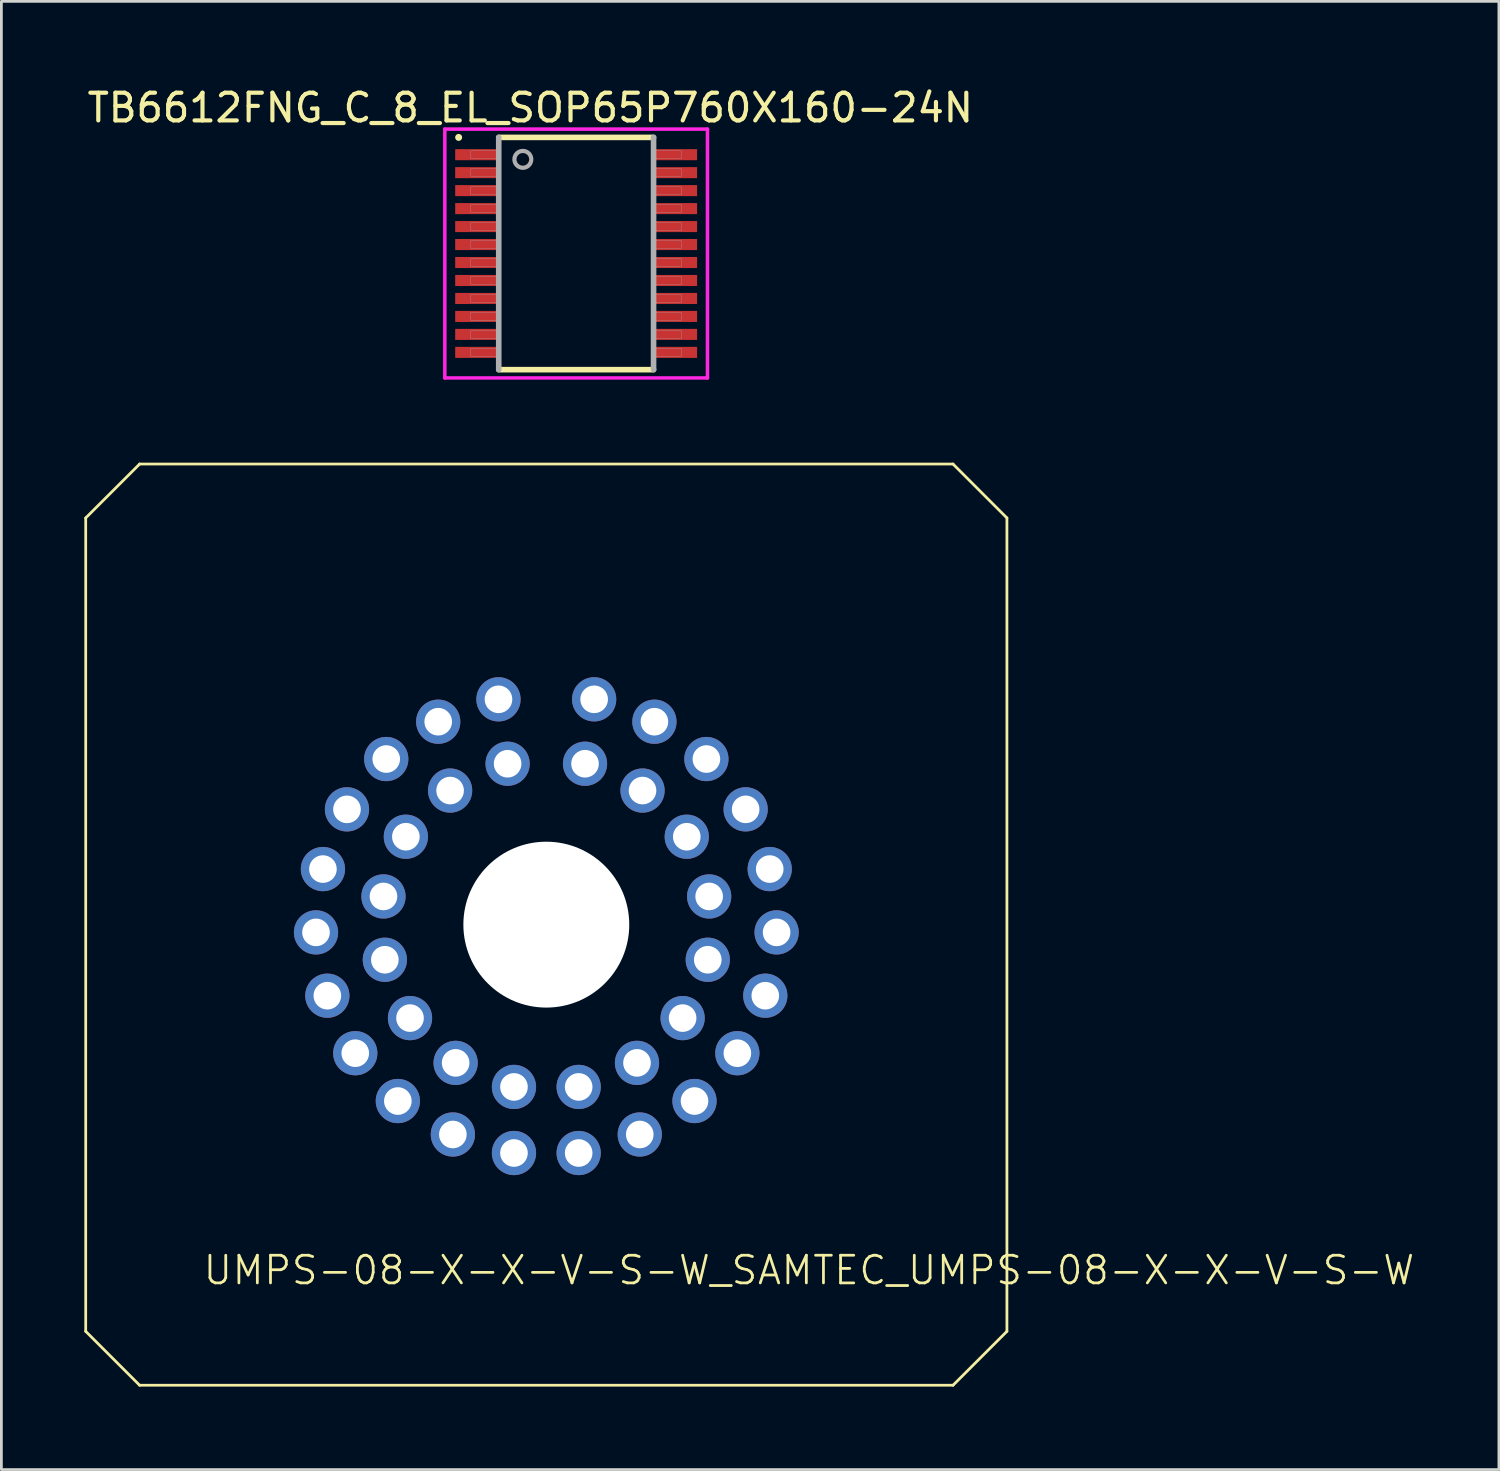
<source format=kicad_pcb>
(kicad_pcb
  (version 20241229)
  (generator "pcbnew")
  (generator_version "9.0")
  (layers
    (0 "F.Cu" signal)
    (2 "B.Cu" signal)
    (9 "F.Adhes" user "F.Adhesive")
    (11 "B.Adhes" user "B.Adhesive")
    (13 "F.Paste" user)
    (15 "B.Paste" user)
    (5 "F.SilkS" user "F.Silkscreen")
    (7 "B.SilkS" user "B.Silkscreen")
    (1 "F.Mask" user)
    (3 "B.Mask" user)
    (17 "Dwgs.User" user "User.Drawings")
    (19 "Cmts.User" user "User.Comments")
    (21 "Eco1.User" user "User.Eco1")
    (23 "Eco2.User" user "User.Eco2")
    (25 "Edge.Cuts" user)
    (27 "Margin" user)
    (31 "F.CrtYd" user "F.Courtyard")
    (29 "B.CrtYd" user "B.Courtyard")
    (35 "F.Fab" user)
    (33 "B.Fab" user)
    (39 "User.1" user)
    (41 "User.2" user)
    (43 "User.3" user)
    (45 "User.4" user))
  (footprint "TB6612FNG_C_8_EL_SOP65P760X160-24N"
    (layer "F.Cu")
    (at 17.789 6.12)
    (property "Reference" "TB6612FNG_C_8_EL_SOP65P760X160-24N" (at -1.658 -5.271 0) (layer "F.SilkS") (effects (font (size 1.002 1.002) (thickness 0.15))))
    (attr smd)
    (fp_line (start -2.8 4.2) (end 2.8 4.2) (stroke (width 0.203) (type solid)) (layer "F.SilkS"))
    (fp_line (start 2.8 -4.2) (end -2.8 -4.2) (stroke (width 0.203) (type solid)) (layer "F.SilkS"))
    (fp_circle (center -4.25 -4.2) (end -4.123 -4.2) (stroke (width 0) (type solid)) (fill yes) (layer "F.SilkS"))
    (fp_line (start -4.75 -4.5) (end 4.75 -4.5) (stroke (width 0.127) (type solid)) (layer "F.CrtYd"))
    (fp_line (start -4.75 4.5) (end -4.75 -4.5) (stroke (width 0.127) (type solid)) (layer "F.CrtYd"))
    (fp_line (start 4.75 -4.5) (end 4.75 4.5) (stroke (width 0.127) (type solid)) (layer "F.CrtYd"))
    (fp_line (start 4.75 4.5) (end -4.75 4.5) (stroke (width 0.127) (type solid)) (layer "F.CrtYd"))
    (fp_line (start -2.8 -4.2) (end -2.8 4.2) (stroke (width 0.203) (type solid)) (layer "F.Fab"))
    (fp_line (start 2.8 4.2) (end 2.8 -4.2) (stroke (width 0.203) (type solid)) (layer "F.Fab"))
    (fp_circle (center -1.928 -3.406) (end -1.623 -3.406) (stroke (width 0.152) (type solid)) (fill no) (layer "F.Fab"))
    (fp_poly (pts (xy -3.812 -2.425) (xy -2.8 -2.425) (xy -2.8 -2.132) (xy -3.812 -2.132)) (stroke (width 0.01) (type solid)) (fill no) (layer "F.Fab"))
    (fp_poly (pts (xy -3.812 0.175) (xy -2.8 0.175) (xy -2.8 0.476) (xy -3.812 0.476)) (stroke (width 0.01) (type solid)) (fill no) (layer "F.Fab"))
    (fp_poly (pts (xy -3.811 -3.725) (xy -2.8 -3.725) (xy -2.8 -3.435) (xy -3.811 -3.435)) (stroke (width 0.01) (type solid)) (fill no) (layer "F.Fab"))
    (fp_poly (pts (xy -3.81 1.475) (xy -2.8 1.475) (xy -2.8 1.78) (xy -3.81 1.78)) (stroke (width 0.01) (type solid)) (fill no) (layer "F.Fab"))
    (fp_poly (pts (xy -3.81 2.125) (xy -2.8 2.125) (xy -2.8 2.432) (xy -3.81 2.432)) (stroke (width 0.01) (type solid)) (fill no) (layer "F.Fab"))
    (fp_poly (pts (xy -3.808 -1.125) (xy -2.8 -1.125) (xy -2.8 -0.827) (xy -3.808 -0.827)) (stroke (width 0.01) (type solid)) (fill no) (layer "F.Fab"))
    (fp_poly (pts (xy -3.808 2.775) (xy -2.8 2.775) (xy -2.8 3.081) (xy -3.808 3.081)) (stroke (width 0.01) (type solid)) (fill no) (layer "F.Fab"))
    (fp_poly (pts (xy -3.808 3.425) (xy -2.8 3.425) (xy -2.8 3.733) (xy -3.808 3.733)) (stroke (width 0.01) (type solid)) (fill no) (layer "F.Fab"))
    (fp_poly (pts (xy -3.808 0.825) (xy -2.8 0.825) (xy -2.8 1.127) (xy -3.808 1.127)) (stroke (width 0.01) (type solid)) (fill no) (layer "F.Fab"))
    (fp_poly (pts (xy -3.807 -1.775) (xy -2.8 -1.775) (xy -2.8 -1.478) (xy -3.807 -1.478)) (stroke (width 0.01) (type solid)) (fill no) (layer "F.Fab"))
    (fp_poly (pts (xy -3.807 -0.475) (xy -2.8 -0.475) (xy -2.8 -0.175) (xy -3.807 -0.175)) (stroke (width 0.01) (type solid)) (fill no) (layer "F.Fab"))
    (fp_poly (pts (xy -3.807 -3.075) (xy -2.8 -3.075) (xy -2.8 -2.78) (xy -3.807 -2.78)) (stroke (width 0.01) (type solid)) (fill no) (layer "F.Fab"))
    (fp_poly (pts (xy 2.804 2.125) (xy 3.8 2.125) (xy 3.8 2.428) (xy 2.804 2.428)) (stroke (width 0.01) (type solid)) (fill no) (layer "F.Fab"))
    (fp_poly (pts (xy 2.805 -1.775) (xy 3.8 -1.775) (xy 3.8 -1.478) (xy 2.805 -1.478)) (stroke (width 0.01) (type solid)) (fill no) (layer "F.Fab"))
    (fp_poly (pts (xy 3.8 -3.431) (xy 2.805 -3.431) (xy 2.805 -3.725) (xy 3.8 -3.725)) (stroke (width 0.01) (type solid)) (fill no) (layer "F.Fab"))
    (fp_poly (pts (xy 3.8 -2.781) (xy 2.806 -2.781) (xy 2.806 -3.075) (xy 3.8 -3.075)) (stroke (width 0.01) (type solid)) (fill no) (layer "F.Fab"))
    (fp_poly (pts (xy 3.8 -2.126) (xy 2.802 -2.126) (xy 2.802 -2.425) (xy 3.8 -2.425)) (stroke (width 0.01) (type solid)) (fill no) (layer "F.Fab"))
    (fp_poly (pts (xy 3.8 -0.827) (xy 2.807 -0.827) (xy 2.807 -1.125) (xy 3.8 -1.125)) (stroke (width 0.01) (type solid)) (fill no) (layer "F.Fab"))
    (fp_poly (pts (xy 3.8 -0.175) (xy 2.807 -0.175) (xy 2.807 -0.475) (xy 3.8 -0.475)) (stroke (width 0.01) (type solid)) (fill no) (layer "F.Fab"))
    (fp_poly (pts (xy 3.8 0.476) (xy 2.806 0.476) (xy 2.806 0.175) (xy 3.8 0.175)) (stroke (width 0.01) (type solid)) (fill no) (layer "F.Fab"))
    (fp_poly (pts (xy 3.8 1.128) (xy 2.808 1.128) (xy 2.808 0.825) (xy 3.8 0.825)) (stroke (width 0.01) (type solid)) (fill no) (layer "F.Fab"))
    (fp_poly (pts (xy 3.8 1.777) (xy 2.803 1.777) (xy 2.803 1.475) (xy 3.8 1.475)) (stroke (width 0.01) (type solid)) (fill no) (layer "F.Fab"))
    (fp_poly (pts (xy 3.8 3.084) (xy 2.808 3.084) (xy 2.808 2.775) (xy 3.8 2.775)) (stroke (width 0.01) (type solid)) (fill no) (layer "F.Fab"))
    (fp_poly (pts (xy 3.8 3.731) (xy 2.805 3.731) (xy 2.805 3.425) (xy 3.8 3.425)) (stroke (width 0.01) (type solid)) (fill no) (layer "F.Fab"))
    (pad "1" smd rect (at -3.625 -3.575) (size 1.5 0.4) (layers "F.Cu" "F.Mask" "F.Paste"))
    (pad "2" smd rect (at -3.625 -2.925) (size 1.5 0.4) (layers "F.Cu" "F.Mask" "F.Paste"))
    (pad "3" smd rect (at -3.625 -2.275) (size 1.5 0.4) (layers "F.Cu" "F.Mask" "F.Paste"))
    (pad "4" smd rect (at -3.625 -1.625) (size 1.5 0.4) (layers "F.Cu" "F.Mask" "F.Paste"))
    (pad "5" smd rect (at -3.625 -0.975) (size 1.5 0.4) (layers "F.Cu" "F.Mask" "F.Paste"))
    (pad "6" smd rect (at -3.625 -0.325) (size 1.5 0.4) (layers "F.Cu" "F.Mask" "F.Paste"))
    (pad "7" smd rect (at -3.625 0.325) (size 1.5 0.4) (layers "F.Cu" "F.Mask" "F.Paste"))
    (pad "8" smd rect (at -3.625 0.975) (size 1.5 0.4) (layers "F.Cu" "F.Mask" "F.Paste"))
    (pad "9" smd rect (at -3.625 1.625) (size 1.5 0.4) (layers "F.Cu" "F.Mask" "F.Paste"))
    (pad "10" smd rect (at -3.625 2.275) (size 1.5 0.4) (layers "F.Cu" "F.Mask" "F.Paste"))
    (pad "11" smd rect (at -3.625 2.925) (size 1.5 0.4) (layers "F.Cu" "F.Mask" "F.Paste"))
    (pad "12" smd rect (at -3.625 3.575) (size 1.5 0.4) (layers "F.Cu" "F.Mask" "F.Paste"))
    (pad "13" smd rect (at 3.625 3.575) (size 1.5 0.4) (layers "F.Cu" "F.Mask" "F.Paste"))
    (pad "14" smd rect (at 3.625 2.925) (size 1.5 0.4) (layers "F.Cu" "F.Mask" "F.Paste"))
    (pad "15" smd rect (at 3.625 2.275) (size 1.5 0.4) (layers "F.Cu" "F.Mask" "F.Paste"))
    (pad "16" smd rect (at 3.625 1.625) (size 1.5 0.4) (layers "F.Cu" "F.Mask" "F.Paste"))
    (pad "17" smd rect (at 3.625 0.975) (size 1.5 0.4) (layers "F.Cu" "F.Mask" "F.Paste"))
    (pad "18" smd rect (at 3.625 0.325) (size 1.5 0.4) (layers "F.Cu" "F.Mask" "F.Paste"))
    (pad "19" smd rect (at 3.625 -0.325) (size 1.5 0.4) (layers "F.Cu" "F.Mask" "F.Paste"))
    (pad "20" smd rect (at 3.625 -0.975) (size 1.5 0.4) (layers "F.Cu" "F.Mask" "F.Paste"))
    (pad "21" smd rect (at 3.625 -1.625) (size 1.5 0.4) (layers "F.Cu" "F.Mask" "F.Paste"))
    (pad "22" smd rect (at 3.625 -2.275) (size 1.5 0.4) (layers "F.Cu" "F.Mask" "F.Paste"))
    (pad "23" smd rect (at 3.625 -2.925) (size 1.5 0.4) (layers "F.Cu" "F.Mask" "F.Paste"))
    (pad "24" smd rect (at 3.625 -3.575) (size 1.5 0.4) (layers "F.Cu" "F.Mask" "F.Paste")))
  (footprint "UMPS-08-X-X-V-S-W_SAMTEC_UMPS-08-X-X-V-S-W"
    (layer "F.Cu")
    (at 16.71 30.394)
    (property "Reference" "UMPS-08-X-X-V-S-W_SAMTEC_UMPS-08-X-X-V-S-W" (at 9.5 12.5 0) (unlocked yes) (layer "F.SilkS") (effects (font (size 1 1) (thickness 0.1))))
    (attr through_hole)
    (fp_line (start -16.66 -14.71) (end -16.66 14.71) (stroke (width 0.1) (type default)) (layer "F.SilkS"))
    (fp_line (start -16.66 -14.71) (end -14.71 -16.66) (stroke (width 0.1) (type default)) (layer "F.SilkS"))
    (fp_line (start -16.66 14.71) (end -14.71 16.66) (stroke (width 0.1) (type default)) (layer "F.SilkS"))
    (fp_line (start 14.71 -16.66) (end -14.71 -16.66) (stroke (width 0.1) (type default)) (layer "F.SilkS"))
    (fp_line (start 14.71 -16.66) (end 16.66 -14.71) (stroke (width 0.1) (type default)) (layer "F.SilkS"))
    (fp_line (start 14.71 16.66) (end -14.71 16.66) (stroke (width 0.1) (type default)) (layer "F.SilkS"))
    (fp_line (start 16.66 14.71) (end 14.71 16.66) (stroke (width 0.1) (type default)) (layer "F.SilkS"))
    (fp_line (start 16.66 14.71) (end 16.66 -14.71) (stroke (width 0.1) (type default)) (layer "F.SilkS"))
    (pad "" np_thru_hole circle (at 0 0) (size 6 6) (drill 9.6) (layers "*.Cu" "*.Mask"))
    (pad "1" thru_hole circle (at -1.17 8.26) (size 1.6 1.6) (drill 1) (layers "*.Cu" "*.Mask"))
    (pad "2" thru_hole circle (at -3.38 7.59) (size 1.6 1.6) (drill 1) (layers "*.Cu" "*.Mask"))
    (pad "3" thru_hole circle (at -5.37 6.38) (size 1.6 1.6) (drill 1) (layers "*.Cu" "*.Mask"))
    (pad "4" thru_hole circle (at -6.91 4.65) (size 1.6 1.6) (drill 1) (layers "*.Cu" "*.Mask"))
    (pad "5" thru_hole circle (at -7.92 2.57) (size 1.6 1.6) (drill 1) (layers "*.Cu" "*.Mask"))
    (pad "6" thru_hole circle (at -8.33 0.28) (size 1.6 1.6) (drill 1) (layers "*.Cu" "*.Mask"))
    (pad "7" thru_hole circle (at -8.08 -2.01) (size 1.6 1.6) (drill 1) (layers "*.Cu" "*.Mask"))
    (pad "8" thru_hole circle (at -7.21 -4.17) (size 1.6 1.6) (drill 1) (layers "*.Cu" "*.Mask"))
    (pad "9" thru_hole circle (at -5.79 -5.99) (size 1.6 1.6) (drill 1) (layers "*.Cu" "*.Mask"))
    (pad "10" thru_hole circle (at -3.91 -7.34) (size 1.6 1.6) (drill 1) (layers "*.Cu" "*.Mask"))
    (pad "11" thru_hole circle (at -1.73 -8.15) (size 1.6 1.6) (drill 1) (layers "*.Cu" "*.Mask"))
    (pad "12" thru_hole circle (at 1.73 -8.15) (size 1.6 1.6) (drill 1) (layers "*.Cu" "*.Mask"))
    (pad "13" thru_hole circle (at 3.91 -7.34) (size 1.6 1.6) (drill 1) (layers "*.Cu" "*.Mask"))
    (pad "14" thru_hole circle (at 5.79 -5.99) (size 1.6 1.6) (drill 1) (layers "*.Cu" "*.Mask"))
    (pad "15" thru_hole circle (at 7.21 -4.17) (size 1.6 1.6) (drill 1) (layers "*.Cu" "*.Mask"))
    (pad "16" thru_hole circle (at 8.08 -2.01) (size 1.6 1.6) (drill 1) (layers "*.Cu" "*.Mask"))
    (pad "17" thru_hole circle (at 8.33 0.28) (size 1.6 1.6) (drill 1) (layers "*.Cu" "*.Mask"))
    (pad "18" thru_hole circle (at 7.92 2.57) (size 1.6 1.6) (drill 1) (layers "*.Cu" "*.Mask"))
    (pad "19" thru_hole circle (at 6.91 4.65) (size 1.6 1.6) (drill 1) (layers "*.Cu" "*.Mask"))
    (pad "20" thru_hole circle (at 5.36 6.38) (size 1.6 1.6) (drill 1) (layers "*.Cu" "*.Mask"))
    (pad "21" thru_hole circle (at 3.38 7.59) (size 1.6 1.6) (drill 1) (layers "*.Cu" "*.Mask"))
    (pad "22" thru_hole circle (at 1.17 8.26) (size 1.6 1.6) (drill 1) (layers "*.Cu" "*.Mask"))
    (pad "23" thru_hole circle (at -1.17 5.87) (size 1.6 1.6) (drill 1) (layers "*.Cu" "*.Mask"))
    (pad "24" thru_hole circle (at -3.28 5) (size 1.6 1.6) (drill 1) (layers "*.Cu" "*.Mask"))
    (pad "25" thru_hole circle (at -4.93 3.38) (size 1.6 1.6) (drill 1) (layers "*.Cu" "*.Mask"))
    (pad "26" thru_hole circle (at -5.84 1.27) (size 1.6 1.6) (drill 1) (layers "*.Cu" "*.Mask"))
    (pad "27" thru_hole circle (at -5.89 -1.02) (size 1.6 1.6) (drill 1) (layers "*.Cu" "*.Mask"))
    (pad "28" thru_hole circle (at -5.08 -3.18) (size 1.6 1.6) (drill 1) (layers "*.Cu" "*.Mask"))
    (pad "29" thru_hole circle (at -3.48 -4.85) (size 1.6 1.6) (drill 1) (layers "*.Cu" "*.Mask"))
    (pad "30" thru_hole circle (at -1.4 -5.82) (size 1.6 1.6) (drill 1) (layers "*.Cu" "*.Mask"))
    (pad "31" thru_hole circle (at 1.4 -5.82) (size 1.6 1.6) (drill 1) (layers "*.Cu" "*.Mask"))
    (pad "32" thru_hole circle (at 3.48 -4.85) (size 1.6 1.6) (drill 1) (layers "*.Cu" "*.Mask"))
    (pad "33" thru_hole circle (at 5.08 -3.18) (size 1.6 1.6) (drill 1) (layers "*.Cu" "*.Mask"))
    (pad "34" thru_hole circle (at 5.89 -1.02) (size 1.6 1.6) (drill 1) (layers "*.Cu" "*.Mask"))
    (pad "35" thru_hole circle (at 5.84 1.27) (size 1.6 1.6) (drill 1) (layers "*.Cu" "*.Mask"))
    (pad "36" thru_hole circle (at 4.93 3.38) (size 1.6 1.6) (drill 1) (layers "*.Cu" "*.Mask"))
    (pad "37" thru_hole circle (at 3.28 5) (size 1.6 1.6) (drill 1) (layers "*.Cu" "*.Mask"))
    (pad "38" thru_hole circle (at 1.17 5.87) (size 1.6 1.6) (drill 1) (layers "*.Cu" "*.Mask")))
  (gr_rect
    (start -3 -3)
    (end 51.165 50.104)
    (stroke (width 0.1) (type default))
    (fill no)
    (layer "Edge.Cuts")))
</source>
